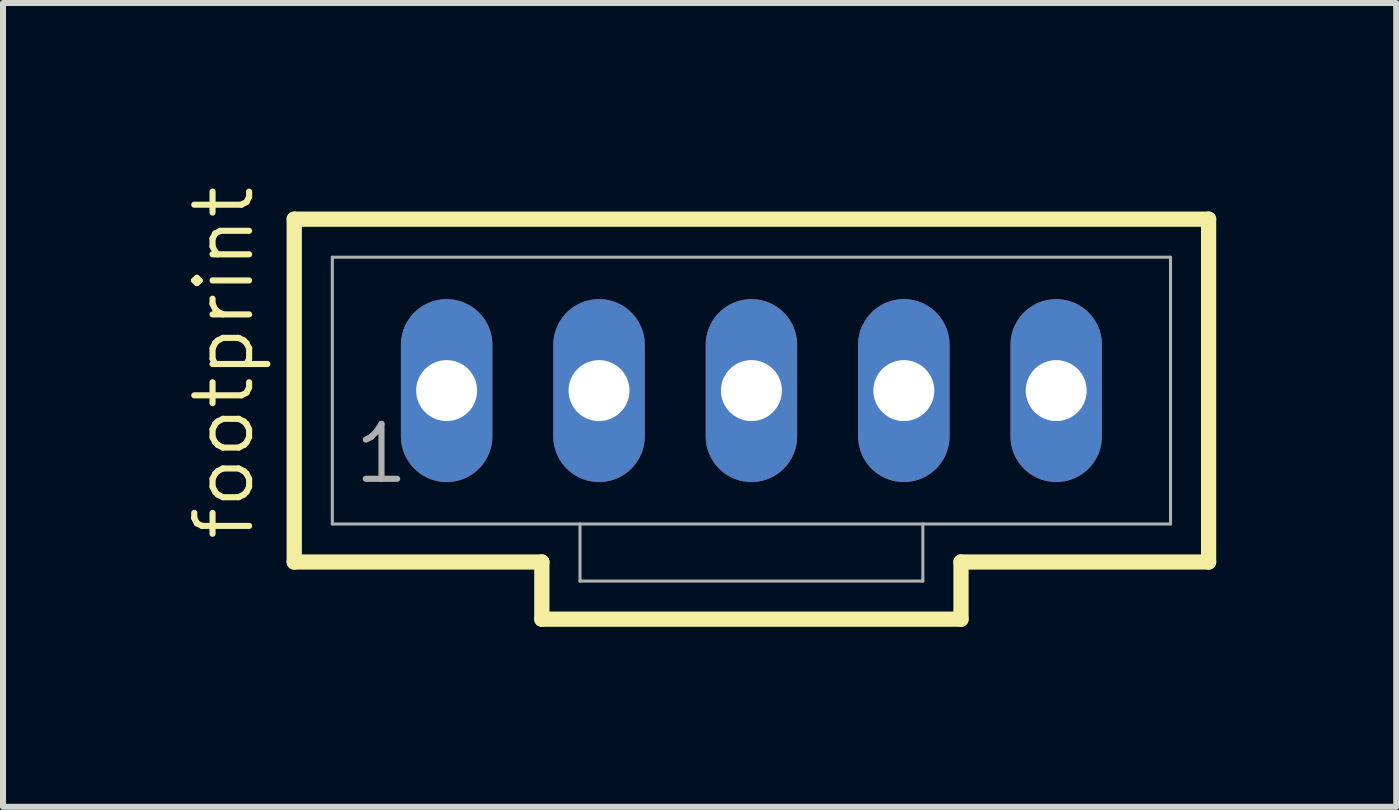
<source format=kicad_pcb>
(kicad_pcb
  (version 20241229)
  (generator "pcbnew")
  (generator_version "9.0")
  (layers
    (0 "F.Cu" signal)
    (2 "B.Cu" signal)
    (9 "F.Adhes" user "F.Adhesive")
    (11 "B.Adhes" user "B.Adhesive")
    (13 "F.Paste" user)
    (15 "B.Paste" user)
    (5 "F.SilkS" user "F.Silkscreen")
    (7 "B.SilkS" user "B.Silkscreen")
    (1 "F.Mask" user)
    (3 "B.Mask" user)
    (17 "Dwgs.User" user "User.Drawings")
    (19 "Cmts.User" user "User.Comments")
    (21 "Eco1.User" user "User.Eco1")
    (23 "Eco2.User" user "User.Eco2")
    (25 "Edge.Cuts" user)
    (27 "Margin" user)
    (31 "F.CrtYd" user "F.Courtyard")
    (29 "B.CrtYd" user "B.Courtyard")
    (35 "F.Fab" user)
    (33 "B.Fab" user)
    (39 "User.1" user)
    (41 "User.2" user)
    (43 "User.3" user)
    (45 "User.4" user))
  (footprint "footprint"
    (layer "F.Cu")
    (at 9.474 3.46)
    (property "Reference" "footprint" (at -8.255 2.54 90) (layer "F.SilkS") (effects (font (size 0.914 0.914) (thickness 0.102)) (justify left bottom)))
    (fp_line (start -7.62 -2.857) (end -7.62 2.857) (stroke (width 0.254) (type solid)) (layer "F.SilkS"))
    (fp_line (start -7.62 2.857) (end -3.493 2.857) (stroke (width 0.254) (type solid)) (layer "F.SilkS"))
    (fp_line (start -3.493 2.857) (end -3.493 3.81) (stroke (width 0.254) (type solid)) (layer "F.SilkS"))
    (fp_line (start -3.493 3.81) (end 3.493 3.81) (stroke (width 0.254) (type solid)) (layer "F.SilkS"))
    (fp_line (start 3.493 2.857) (end 7.62 2.857) (stroke (width 0.254) (type solid)) (layer "F.SilkS"))
    (fp_line (start 3.493 3.81) (end 3.493 2.857) (stroke (width 0.254) (type solid)) (layer "F.SilkS"))
    (fp_line (start 7.62 -2.857) (end -7.62 -2.857) (stroke (width 0.254) (type solid)) (layer "F.SilkS"))
    (fp_line (start 7.62 2.857) (end 7.62 -2.857) (stroke (width 0.254) (type solid)) (layer "F.SilkS"))
    (fp_line (start -6.985 -2.223) (end -6.985 2.223) (stroke (width 0.051) (type solid)) (layer "F.Fab"))
    (fp_line (start -6.985 -2.223) (end 6.985 -2.223) (stroke (width 0.051) (type solid)) (layer "F.Fab"))
    (fp_line (start -6.985 2.223) (end -2.857 2.223) (stroke (width 0.051) (type solid)) (layer "F.Fab"))
    (fp_line (start -2.857 2.223) (end -2.857 3.175) (stroke (width 0.051) (type solid)) (layer "F.Fab"))
    (fp_line (start -2.857 2.223) (end 2.857 2.223) (stroke (width 0.051) (type solid)) (layer "F.Fab"))
    (fp_line (start 2.857 2.223) (end 2.857 3.175) (stroke (width 0.051) (type solid)) (layer "F.Fab"))
    (fp_line (start 2.857 2.223) (end 6.985 2.223) (stroke (width 0.051) (type solid)) (layer "F.Fab"))
    (fp_line (start 2.857 3.175) (end -2.857 3.175) (stroke (width 0.051) (type solid)) (layer "F.Fab"))
    (fp_line (start 6.985 -2.223) (end 6.985 2.223) (stroke (width 0.051) (type solid)) (layer "F.Fab"))
    (fp_poly (pts (xy -5.318 0.238) (xy -4.842 0.238) (xy -4.842 -0.238) (xy -5.318 -0.238)) (stroke (width 0.1) (type solid)) (fill no) (layer "F.Fab"))
    (fp_poly (pts (xy -2.778 0.238) (xy -2.302 0.238) (xy -2.302 -0.238) (xy -2.778 -0.238)) (stroke (width 0.1) (type solid)) (fill no) (layer "F.Fab"))
    (fp_poly (pts (xy -0.238 0.238) (xy 0.238 0.238) (xy 0.238 -0.238) (xy -0.238 -0.238)) (stroke (width 0.1) (type solid)) (fill no) (layer "F.Fab"))
    (fp_poly (pts (xy 2.302 0.238) (xy 2.778 0.238) (xy 2.778 -0.238) (xy 2.302 -0.238)) (stroke (width 0.1) (type solid)) (fill no) (layer "F.Fab"))
    (fp_poly (pts (xy 4.842 0.238) (xy 5.318 0.238) (xy 5.318 -0.238) (xy 4.842 -0.238)) (stroke (width 0.1) (type solid)) (fill no) (layer "F.Fab"))
    (fp_text user "1" (at -6.668 1.587 0) (layer "F.Fab") (effects (font (size 0.914 0.914) (thickness 0.102)) (justify left bottom)))
    (pad "1" thru_hole oval (at -5.08 0 90) (size 3.048 1.524) (drill 1.016) (layers "*.Cu" "*.Mask"))
    (pad "2" thru_hole oval (at -2.54 0 90) (size 3.048 1.524) (drill 1.016) (layers "*.Cu" "*.Mask"))
    (pad "3" thru_hole oval (at 0 0 90) (size 3.048 1.524) (drill 1.016) (layers "*.Cu" "*.Mask"))
    (pad "4" thru_hole oval (at 2.54 0 90) (size 3.048 1.524) (drill 1.016) (layers "*.Cu" "*.Mask"))
    (pad "5" thru_hole oval (at 5.08 0 90) (size 3.048 1.524) (drill 1.016) (layers "*.Cu" "*.Mask")))
  (gr_rect
    (start -3 -3)
    (end 20.221 10.397)
    (stroke (width 0.1) (type default))
    (fill no)
    (layer "Edge.Cuts")))
</source>
